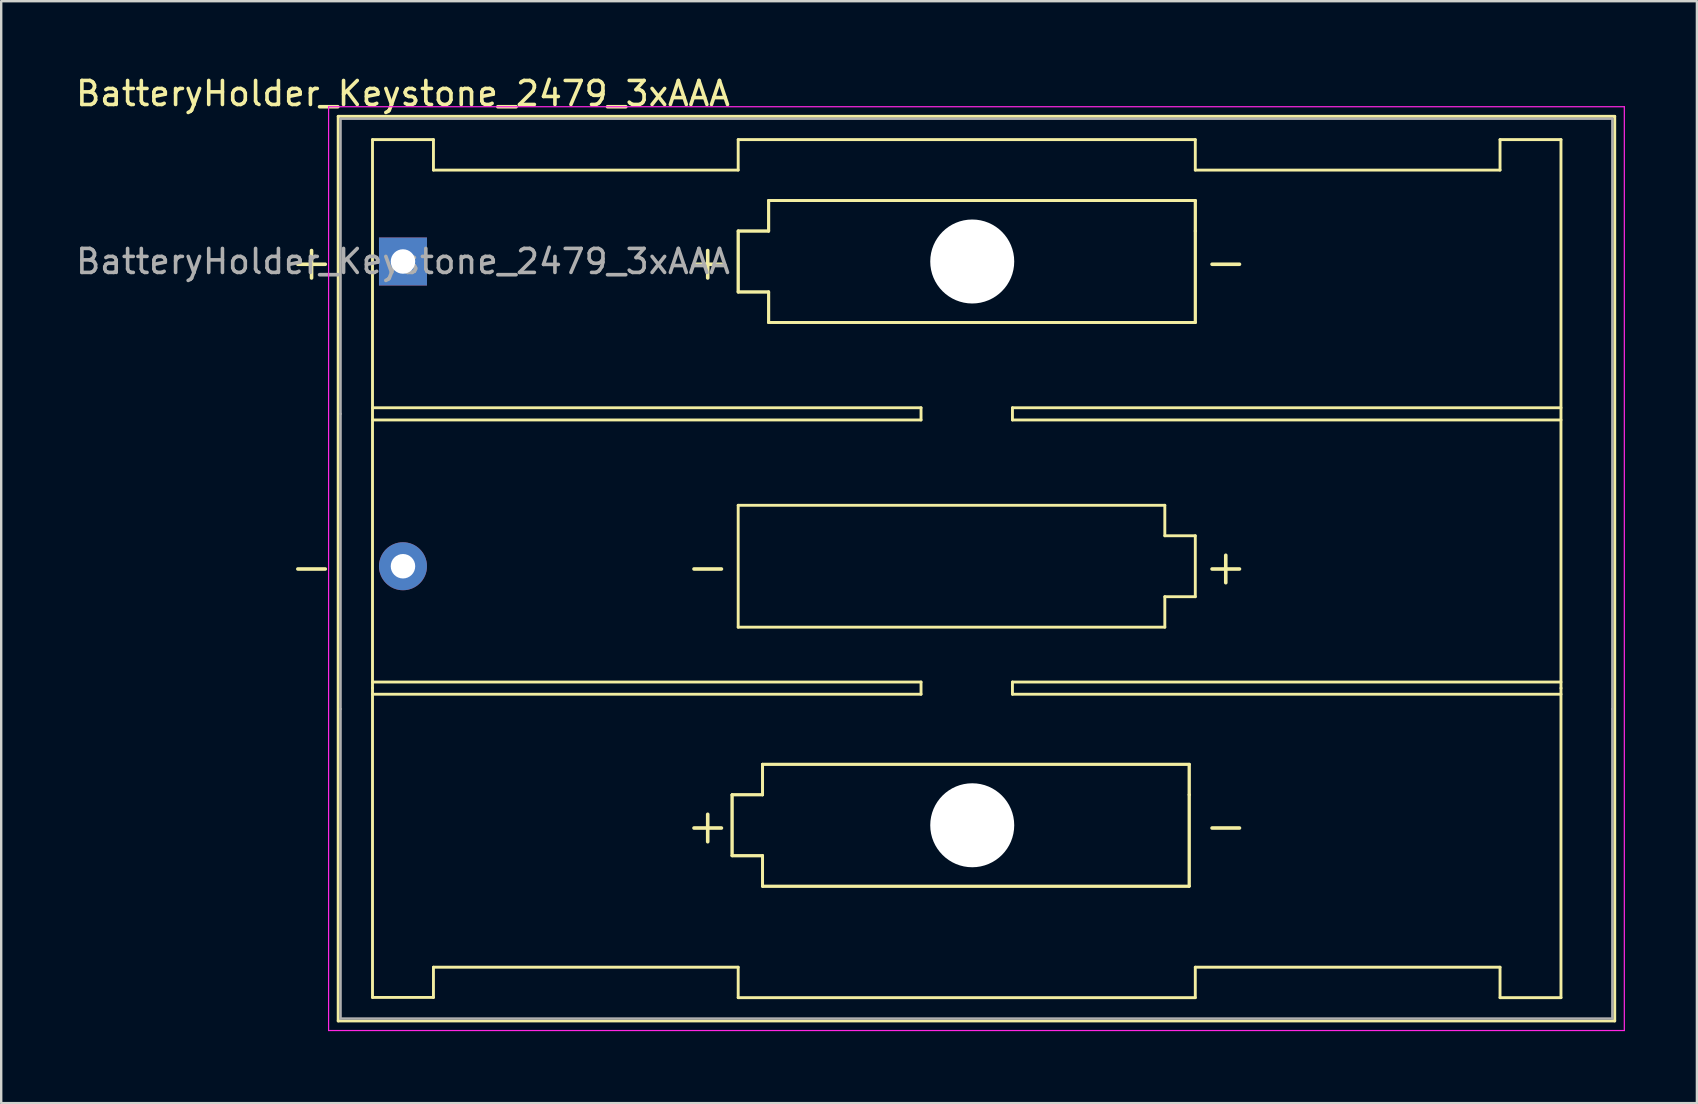
<source format=kicad_pcb>
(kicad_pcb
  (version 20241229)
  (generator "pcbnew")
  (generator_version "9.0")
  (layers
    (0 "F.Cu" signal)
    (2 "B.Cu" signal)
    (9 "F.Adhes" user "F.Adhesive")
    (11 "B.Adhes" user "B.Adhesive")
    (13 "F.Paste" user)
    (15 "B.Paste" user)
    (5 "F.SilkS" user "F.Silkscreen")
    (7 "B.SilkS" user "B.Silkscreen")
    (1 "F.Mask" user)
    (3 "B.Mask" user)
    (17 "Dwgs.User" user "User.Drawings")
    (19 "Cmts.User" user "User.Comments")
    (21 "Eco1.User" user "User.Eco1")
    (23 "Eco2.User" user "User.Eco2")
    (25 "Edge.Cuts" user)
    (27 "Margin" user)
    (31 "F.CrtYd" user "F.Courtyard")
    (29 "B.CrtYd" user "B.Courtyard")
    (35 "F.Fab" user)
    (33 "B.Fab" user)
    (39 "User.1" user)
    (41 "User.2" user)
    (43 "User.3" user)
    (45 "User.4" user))
  (footprint "BatteryHolder_Keystone_2479_3xAAA"
    (layer "F.Cu")
    (at 13.744 7.848)
    (property "Reference" "BatteryHolder_Keystone_2479_3xAAA" (at 0 -7 180) (layer "F.SilkS") (effects (font (size 1 1) (thickness 0.15))))
    (attr through_hole)
    (fp_line (start -2.7 -6.05) (end -2.7 31.65) (stroke (width 0.12) (type solid)) (layer "F.SilkS"))
    (fp_line (start -2.7 31.65) (end 50.5 31.65) (stroke (width 0.12) (type solid)) (layer "F.SilkS"))
    (fp_line (start -1.27 -5.08) (end -1.27 17.78) (stroke (width 0.12) (type solid)) (layer "F.SilkS"))
    (fp_line (start -1.27 6.096) (end 21.59 6.096) (stroke (width 0.12) (type solid)) (layer "F.SilkS"))
    (fp_line (start -1.27 17.526) (end 21.59 17.526) (stroke (width 0.12) (type solid)) (layer "F.SilkS"))
    (fp_line (start -1.27 17.78) (end -1.27 30.671) (stroke (width 0.12) (type solid)) (layer "F.SilkS"))
    (fp_line (start -1.27 30.671) (end 1.27 30.671) (stroke (width 0.12) (type solid)) (layer "F.SilkS"))
    (fp_line (start 1.27 -5.08) (end -1.27 -5.08) (stroke (width 0.12) (type solid)) (layer "F.SilkS"))
    (fp_line (start 1.27 -3.81) (end 1.27 -5.08) (stroke (width 0.12) (type solid)) (layer "F.SilkS"))
    (fp_line (start 1.27 -3.81) (end 13.97 -3.81) (stroke (width 0.12) (type solid)) (layer "F.SilkS"))
    (fp_line (start 1.27 29.41) (end 13.97 29.41) (stroke (width 0.12) (type solid)) (layer "F.SilkS"))
    (fp_line (start 1.27 30.671) (end 1.27 29.41) (stroke (width 0.12) (type solid)) (layer "F.SilkS"))
    (fp_line (start 13.716 22.225) (end 14.986 22.225) (stroke (width 0.12) (type solid)) (layer "F.SilkS"))
    (fp_line (start 13.716 22.225) (end 14.986 22.225) (stroke (width 0.12) (type solid)) (layer "F.SilkS"))
    (fp_line (start 13.716 24.765) (end 13.716 22.225) (stroke (width 0.12) (type solid)) (layer "F.SilkS"))
    (fp_line (start 13.716 24.765) (end 13.716 22.225) (stroke (width 0.12) (type solid)) (layer "F.SilkS"))
    (fp_line (start 13.97 -5.08) (end 13.97 -3.81) (stroke (width 0.12) (type solid)) (layer "F.SilkS"))
    (fp_line (start 13.97 -1.27) (end 15.24 -1.27) (stroke (width 0.12) (type solid)) (layer "F.SilkS"))
    (fp_line (start 13.97 -1.27) (end 15.24 -1.27) (stroke (width 0.12) (type solid)) (layer "F.SilkS"))
    (fp_line (start 13.97 1.27) (end 13.97 -1.27) (stroke (width 0.12) (type solid)) (layer "F.SilkS"))
    (fp_line (start 13.97 1.27) (end 13.97 -1.27) (stroke (width 0.12) (type solid)) (layer "F.SilkS"))
    (fp_line (start 13.97 10.16) (end 31.75 10.16) (stroke (width 0.12) (type solid)) (layer "F.SilkS"))
    (fp_line (start 13.97 15.24) (end 13.97 10.16) (stroke (width 0.12) (type solid)) (layer "F.SilkS"))
    (fp_line (start 13.97 29.41) (end 13.97 30.68) (stroke (width 0.12) (type solid)) (layer "F.SilkS"))
    (fp_line (start 13.97 30.68) (end 33.02 30.68) (stroke (width 0.12) (type solid)) (layer "F.SilkS"))
    (fp_line (start 14.986 20.955) (end 32.766 20.955) (stroke (width 0.12) (type solid)) (layer "F.SilkS"))
    (fp_line (start 14.986 20.955) (end 32.766 20.955) (stroke (width 0.12) (type solid)) (layer "F.SilkS"))
    (fp_line (start 14.986 22.225) (end 14.986 20.955) (stroke (width 0.12) (type solid)) (layer "F.SilkS"))
    (fp_line (start 14.986 22.225) (end 14.986 20.955) (stroke (width 0.12) (type solid)) (layer "F.SilkS"))
    (fp_line (start 14.986 24.765) (end 13.716 24.765) (stroke (width 0.12) (type solid)) (layer "F.SilkS"))
    (fp_line (start 14.986 24.765) (end 13.716 24.765) (stroke (width 0.12) (type solid)) (layer "F.SilkS"))
    (fp_line (start 14.986 26.035) (end 14.986 24.765) (stroke (width 0.12) (type solid)) (layer "F.SilkS"))
    (fp_line (start 14.986 26.035) (end 14.986 24.765) (stroke (width 0.12) (type solid)) (layer "F.SilkS"))
    (fp_line (start 15.24 -2.54) (end 33.02 -2.54) (stroke (width 0.12) (type solid)) (layer "F.SilkS"))
    (fp_line (start 15.24 -2.54) (end 33.02 -2.54) (stroke (width 0.12) (type solid)) (layer "F.SilkS"))
    (fp_line (start 15.24 -1.27) (end 15.24 -2.54) (stroke (width 0.12) (type solid)) (layer "F.SilkS"))
    (fp_line (start 15.24 -1.27) (end 15.24 -2.54) (stroke (width 0.12) (type solid)) (layer "F.SilkS"))
    (fp_line (start 15.24 1.27) (end 13.97 1.27) (stroke (width 0.12) (type solid)) (layer "F.SilkS"))
    (fp_line (start 15.24 1.27) (end 13.97 1.27) (stroke (width 0.12) (type solid)) (layer "F.SilkS"))
    (fp_line (start 15.24 2.54) (end 15.24 1.27) (stroke (width 0.12) (type solid)) (layer "F.SilkS"))
    (fp_line (start 15.24 2.54) (end 15.24 1.27) (stroke (width 0.12) (type solid)) (layer "F.SilkS"))
    (fp_line (start 21.59 6.096) (end 21.59 6.604) (stroke (width 0.12) (type solid)) (layer "F.SilkS"))
    (fp_line (start 21.59 6.604) (end -1.27 6.604) (stroke (width 0.12) (type solid)) (layer "F.SilkS"))
    (fp_line (start 21.59 17.526) (end 21.59 18.034) (stroke (width 0.12) (type solid)) (layer "F.SilkS"))
    (fp_line (start 21.59 18.034) (end -1.27 18.034) (stroke (width 0.12) (type solid)) (layer "F.SilkS"))
    (fp_line (start 25.4 6.096) (end 25.4 6.604) (stroke (width 0.12) (type solid)) (layer "F.SilkS"))
    (fp_line (start 25.4 6.604) (end 48.26 6.604) (stroke (width 0.12) (type solid)) (layer "F.SilkS"))
    (fp_line (start 25.4 17.526) (end 25.4 18.034) (stroke (width 0.12) (type solid)) (layer "F.SilkS"))
    (fp_line (start 25.4 18.034) (end 48.26 18.034) (stroke (width 0.12) (type solid)) (layer "F.SilkS"))
    (fp_line (start 31.75 10.16) (end 31.75 11.43) (stroke (width 0.12) (type solid)) (layer "F.SilkS"))
    (fp_line (start 31.75 11.43) (end 33.02 11.43) (stroke (width 0.12) (type solid)) (layer "F.SilkS"))
    (fp_line (start 31.75 13.97) (end 31.75 15.24) (stroke (width 0.12) (type solid)) (layer "F.SilkS"))
    (fp_line (start 31.75 15.24) (end 13.97 15.24) (stroke (width 0.12) (type solid)) (layer "F.SilkS"))
    (fp_line (start 32.766 20.955) (end 32.766 22.225) (stroke (width 0.12) (type solid)) (layer "F.SilkS"))
    (fp_line (start 32.766 20.955) (end 32.766 22.225) (stroke (width 0.12) (type solid)) (layer "F.SilkS"))
    (fp_line (start 32.766 22.225) (end 32.766 26.035) (stroke (width 0.12) (type solid)) (layer "F.SilkS"))
    (fp_line (start 32.766 22.225) (end 32.766 26.035) (stroke (width 0.12) (type solid)) (layer "F.SilkS"))
    (fp_line (start 32.766 26.035) (end 14.986 26.035) (stroke (width 0.12) (type solid)) (layer "F.SilkS"))
    (fp_line (start 32.766 26.035) (end 14.986 26.035) (stroke (width 0.12) (type solid)) (layer "F.SilkS"))
    (fp_line (start 33.02 -5.08) (end 13.97 -5.08) (stroke (width 0.12) (type solid)) (layer "F.SilkS"))
    (fp_line (start 33.02 -3.81) (end 33.02 -5.08) (stroke (width 0.12) (type solid)) (layer "F.SilkS"))
    (fp_line (start 33.02 -2.54) (end 33.02 -1.27) (stroke (width 0.12) (type solid)) (layer "F.SilkS"))
    (fp_line (start 33.02 -2.54) (end 33.02 -1.27) (stroke (width 0.12) (type solid)) (layer "F.SilkS"))
    (fp_line (start 33.02 -1.27) (end 33.02 2.54) (stroke (width 0.12) (type solid)) (layer "F.SilkS"))
    (fp_line (start 33.02 -1.27) (end 33.02 2.54) (stroke (width 0.12) (type solid)) (layer "F.SilkS"))
    (fp_line (start 33.02 2.54) (end 15.24 2.54) (stroke (width 0.12) (type solid)) (layer "F.SilkS"))
    (fp_line (start 33.02 2.54) (end 15.24 2.54) (stroke (width 0.12) (type solid)) (layer "F.SilkS"))
    (fp_line (start 33.02 11.43) (end 33.02 13.97) (stroke (width 0.12) (type solid)) (layer "F.SilkS"))
    (fp_line (start 33.02 13.97) (end 31.75 13.97) (stroke (width 0.12) (type solid)) (layer "F.SilkS"))
    (fp_line (start 33.02 30.68) (end 33.02 29.41) (stroke (width 0.12) (type solid)) (layer "F.SilkS"))
    (fp_line (start 45.72 -5.08) (end 45.72 -3.81) (stroke (width 0.12) (type solid)) (layer "F.SilkS"))
    (fp_line (start 45.72 -3.81) (end 33.02 -3.81) (stroke (width 0.12) (type solid)) (layer "F.SilkS"))
    (fp_line (start 45.72 29.41) (end 33.02 29.41) (stroke (width 0.12) (type solid)) (layer "F.SilkS"))
    (fp_line (start 45.72 30.68) (end 45.72 29.41) (stroke (width 0.12) (type solid)) (layer "F.SilkS"))
    (fp_line (start 48.26 -5.08) (end 45.72 -5.08) (stroke (width 0.12) (type solid)) (layer "F.SilkS"))
    (fp_line (start 48.26 -5.08) (end 48.26 17.78) (stroke (width 0.12) (type solid)) (layer "F.SilkS"))
    (fp_line (start 48.26 6.096) (end 25.4 6.096) (stroke (width 0.12) (type solid)) (layer "F.SilkS"))
    (fp_line (start 48.26 17.526) (end 25.4 17.526) (stroke (width 0.12) (type solid)) (layer "F.SilkS"))
    (fp_line (start 48.26 17.78) (end 48.26 30.68) (stroke (width 0.12) (type solid)) (layer "F.SilkS"))
    (fp_line (start 48.26 30.68) (end 45.72 30.68) (stroke (width 0.12) (type solid)) (layer "F.SilkS"))
    (fp_line (start 50.5 -6.05) (end -2.7 -6.05) (stroke (width 0.12) (type solid)) (layer "F.SilkS"))
    (fp_line (start 50.5 31.65) (end 50.5 -6.05) (stroke (width 0.12) (type solid)) (layer "F.SilkS"))
    (fp_line (start -3.1 -6.45) (end 50.9 -6.45) (stroke (width 0.05) (type solid)) (layer "F.CrtYd"))
    (fp_line (start -3.1 32.05) (end -3.1 -6.45) (stroke (width 0.05) (type solid)) (layer "F.CrtYd"))
    (fp_line (start 50.9 -6.45) (end 50.9 32.05) (stroke (width 0.05) (type solid)) (layer "F.CrtYd"))
    (fp_line (start 50.9 32.05) (end -3.1 32.05) (stroke (width 0.05) (type solid)) (layer "F.CrtYd"))
    (fp_line (start -2.6 -5.95) (end 50.4 -5.95) (stroke (width 0.1) (type solid)) (layer "F.Fab"))
    (fp_line (start -2.6 6.35) (end -2.6 -5.95) (stroke (width 0.1) (type solid)) (layer "F.Fab"))
    (fp_line (start -2.6 18.65) (end -2.6 6.35) (stroke (width 0.1) (type solid)) (layer "F.Fab"))
    (fp_line (start -2.6 18.65) (end -2.6 31.55) (stroke (width 0.1) (type solid)) (layer "F.Fab"))
    (fp_line (start -2.6 31.55) (end 50.4 31.55) (stroke (width 0.1) (type solid)) (layer "F.Fab"))
    (fp_line (start 50.4 18.65) (end 50.4 -5.95) (stroke (width 0.1) (type solid)) (layer "F.Fab"))
    (fp_line (start 50.4 18.65) (end 50.4 31.55) (stroke (width 0.1) (type solid)) (layer "F.Fab"))
    (fp_text user "-" (at -3.81 12.7 0) (layer "F.SilkS") (effects (font (size 1.5 1.5) (thickness 0.15))))
    (fp_text user "+" (at -3.81 0 0) (layer "F.SilkS") (effects (font (size 1.5 1.5) (thickness 0.15))))
    (fp_text user "+" (at 12.7 0 0) (layer "F.SilkS") (effects (font (size 1.5 1.5) (thickness 0.15))))
    (fp_text user "-" (at 34.29 23.495 0) (layer "F.SilkS") (effects (font (size 1.5 1.5) (thickness 0.15))))
    (fp_text user "+" (at 12.7 23.495 0) (layer "F.SilkS") (effects (font (size 1.5 1.5) (thickness 0.15))))
    (fp_text user "-" (at 12.7 12.7 0) (layer "F.SilkS") (effects (font (size 1.5 1.5) (thickness 0.15))))
    (fp_text user "+" (at 34.29 12.7 0) (layer "F.SilkS") (effects (font (size 1.5 1.5) (thickness 0.15))))
    (fp_text user "-" (at 34.29 0 0) (layer "F.SilkS") (effects (font (size 1.5 1.5) (thickness 0.15))))
    (fp_text user "${REFERENCE}" (at 0 0 0) (layer "F.Fab") (effects (font (size 1 1) (thickness 0.15))))
    (pad "" np_thru_hole circle (at 23.724 0) (size 3.5 3.5) (drill 3.5) (layers "*.Cu" "*.Mask"))
    (pad "" np_thru_hole circle (at 23.724 23.495) (size 3.5 3.5) (drill 3.5) (layers "*.Cu" "*.Mask"))
    (pad "1" thru_hole rect (at 0 0) (size 2 2) (drill 1.02) (layers "*.Cu" "*.Mask"))
    (pad "2" thru_hole circle (at 0 12.7) (size 2 2) (drill 1.02) (layers "*.Cu" "*.Mask")))
  (gr_rect
    (start -3 -3)
    (end 67.669 42.923)
    (stroke (width 0.1) (type default))
    (fill no)
    (layer "Edge.Cuts")))
</source>
